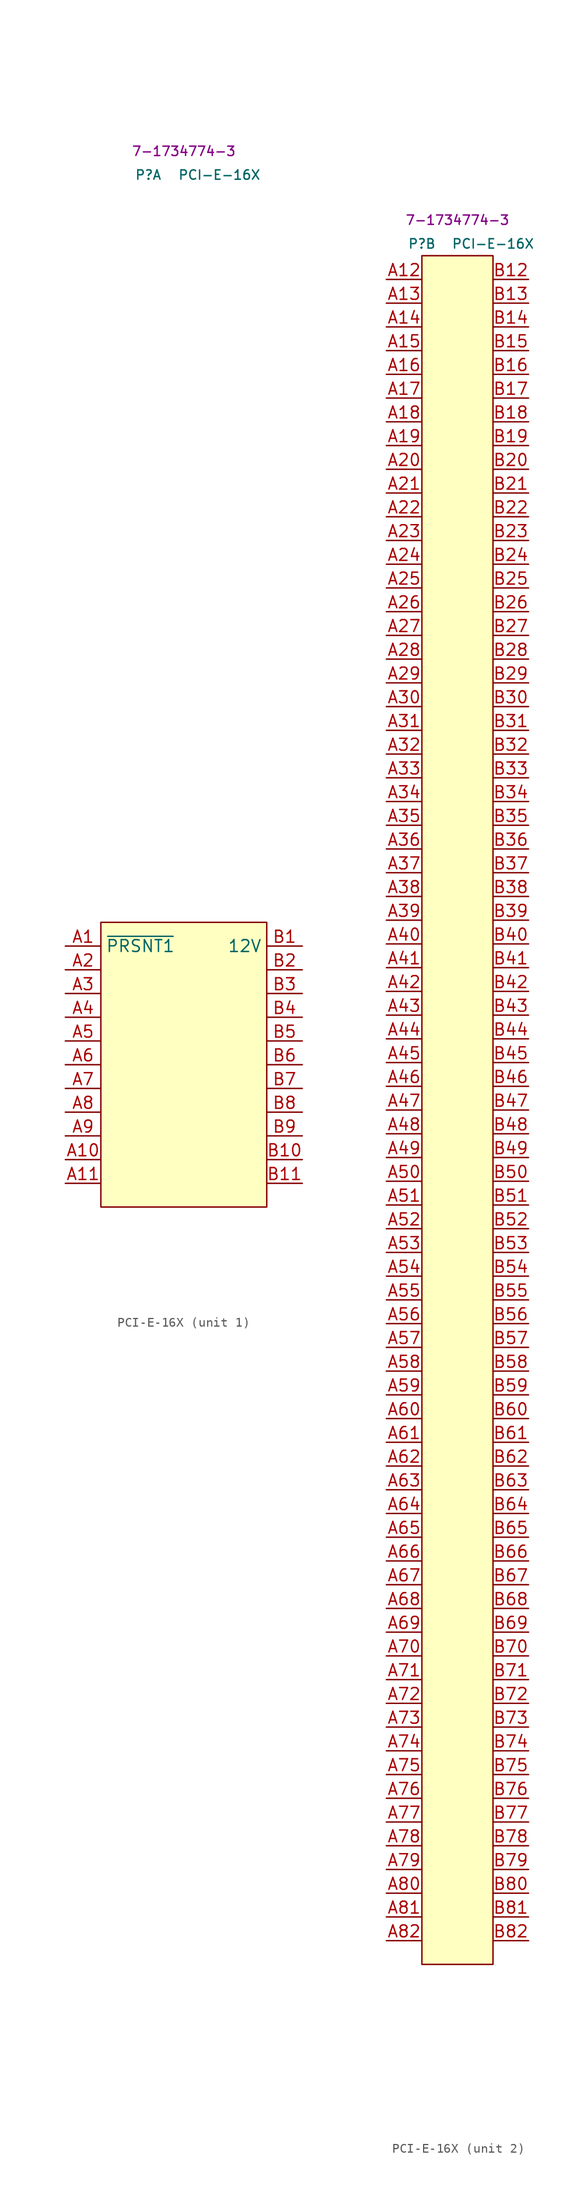
<source format=kicad_sym>
(kicad_symbol_lib
  (version 20231120)
  (generator "kicad_symbol_editor")
  (generator_version "8.0")
  (symbol "PCI-E-16X"
    (property "Reference" "P"
      (at -3.81 95.25 0)
      (effects (font (size 1 1))))
    (property "Value" "PCI-E-16X"
      (at 3.81 95.25 0)
      (effects (font (size 1 1))))
    (property "MPN" "7-1734774-3"
      (at 0 97.79 0)
      (effects (font (size 1 1))))
    (property "ki_locked" ""
      (at 0 0 0)
      (effects (font (size 1.27 1.27))))
    (symbol "PCI-E-16X_1_1"
      (rectangle (start -8.89 15.24) (end 8.89 -15.24) (stroke (width 0) (type default)) (fill (type background)))
      (pin bidirectional line (at -12.7 12.7 0) (length 3.81) (name "~{PRSNT1}" (effects (font (size 1.27 1.27)))) (number "A1" (effects (font (size 1.27 1.27)))))
      (pin bidirectional line (at -12.7 -10.16 0) (length 3.81) (name "~" (effects (font (size 1.27 1.27)))) (number "A10" (effects (font (size 1.27 1.27)))))
      (pin bidirectional line (at -12.7 -12.7 0) (length 3.81) (name "~" (effects (font (size 1.27 1.27)))) (number "A11" (effects (font (size 1.27 1.27)))))
      (pin bidirectional line (at -12.7 10.16 0) (length 3.81) (name "~" (effects (font (size 1.27 1.27)))) (number "A2" (effects (font (size 1.27 1.27)))))
      (pin bidirectional line (at -12.7 7.62 0) (length 3.81) (name "~" (effects (font (size 1.27 1.27)))) (number "A3" (effects (font (size 1.27 1.27)))))
      (pin bidirectional line (at -12.7 5.08 0) (length 3.81) (name "~" (effects (font (size 1.27 1.27)))) (number "A4" (effects (font (size 1.27 1.27)))))
      (pin bidirectional line (at -12.7 2.54 0) (length 3.81) (name "~" (effects (font (size 1.27 1.27)))) (number "A5" (effects (font (size 1.27 1.27)))))
      (pin bidirectional line (at -12.7 0 0) (length 3.81) (name "~" (effects (font (size 1.27 1.27)))) (number "A6" (effects (font (size 1.27 1.27)))))
      (pin bidirectional line (at -12.7 -2.54 0) (length 3.81) (name "~" (effects (font (size 1.27 1.27)))) (number "A7" (effects (font (size 1.27 1.27)))))
      (pin bidirectional line (at -12.7 -5.08 0) (length 3.81) (name "~" (effects (font (size 1.27 1.27)))) (number "A8" (effects (font (size 1.27 1.27)))))
      (pin bidirectional line (at -12.7 -7.62 0) (length 3.81) (name "~" (effects (font (size 1.27 1.27)))) (number "A9" (effects (font (size 1.27 1.27)))))
      (pin power_in line (at 12.7 12.7 180) (length 3.81) (name "12V" (effects (font (size 1.27 1.27)))) (number "B1" (effects (font (size 1.27 1.27)))))
      (pin bidirectional line (at 12.7 -10.16 180) (length 3.81) (name "~" (effects (font (size 1.27 1.27)))) (number "B10" (effects (font (size 1.27 1.27)))))
      (pin bidirectional line (at 12.7 -12.7 180) (length 3.81) (name "~" (effects (font (size 1.27 1.27)))) (number "B11" (effects (font (size 1.27 1.27)))))
      (pin bidirectional line (at 12.7 10.16 180) (length 3.81) (name "~" (effects (font (size 1.27 1.27)))) (number "B2" (effects (font (size 1.27 1.27)))))
      (pin bidirectional line (at 12.7 7.62 180) (length 3.81) (name "~" (effects (font (size 1.27 1.27)))) (number "B3" (effects (font (size 1.27 1.27)))))
      (pin bidirectional line (at 12.7 5.08 180) (length 3.81) (name "~" (effects (font (size 1.27 1.27)))) (number "B4" (effects (font (size 1.27 1.27)))))
      (pin bidirectional line (at 12.7 2.54 180) (length 3.81) (name "~" (effects (font (size 1.27 1.27)))) (number "B5" (effects (font (size 1.27 1.27)))))
      (pin bidirectional line (at 12.7 0 180) (length 3.81) (name "~" (effects (font (size 1.27 1.27)))) (number "B6" (effects (font (size 1.27 1.27)))))
      (pin bidirectional line (at 12.7 -2.54 180) (length 3.81) (name "~" (effects (font (size 1.27 1.27)))) (number "B7" (effects (font (size 1.27 1.27)))))
      (pin bidirectional line (at 12.7 -5.08 180) (length 3.81) (name "~" (effects (font (size 1.27 1.27)))) (number "B8" (effects (font (size 1.27 1.27)))))
      (pin bidirectional line (at 12.7 -7.62 180) (length 3.81) (name "~" (effects (font (size 1.27 1.27)))) (number "B9" (effects (font (size 1.27 1.27))))))
    (symbol "PCI-E-16X_2_1"
      (rectangle (start -3.81 93.98) (end 3.81 -88.9) (stroke (width 0) (type default)) (fill (type background)))
      (pin bidirectional line (at -7.62 91.44 0) (length 3.81) (name "~" (effects (font (size 1.27 1.27)))) (number "A12" (effects (font (size 1.27 1.27)))))
      (pin bidirectional line (at -7.62 88.9 0) (length 3.81) (name "~" (effects (font (size 1.27 1.27)))) (number "A13" (effects (font (size 1.27 1.27)))))
      (pin bidirectional line (at -7.62 86.36 0) (length 3.81) (name "~" (effects (font (size 1.27 1.27)))) (number "A14" (effects (font (size 1.27 1.27)))))
      (pin bidirectional line (at -7.62 83.82 0) (length 3.81) (name "~" (effects (font (size 1.27 1.27)))) (number "A15" (effects (font (size 1.27 1.27)))))
      (pin bidirectional line (at -7.62 81.28 0) (length 3.81) (name "~" (effects (font (size 1.27 1.27)))) (number "A16" (effects (font (size 1.27 1.27)))))
      (pin bidirectional line (at -7.62 78.74 0) (length 3.81) (name "~" (effects (font (size 1.27 1.27)))) (number "A17" (effects (font (size 1.27 1.27)))))
      (pin bidirectional line (at -7.62 76.2 0) (length 3.81) (name "~" (effects (font (size 1.27 1.27)))) (number "A18" (effects (font (size 1.27 1.27)))))
      (pin bidirectional line (at -7.62 73.66 0) (length 3.81) (name "~" (effects (font (size 1.27 1.27)))) (number "A19" (effects (font (size 1.27 1.27)))))
      (pin bidirectional line (at -7.62 71.12 0) (length 3.81) (name "~" (effects (font (size 1.27 1.27)))) (number "A20" (effects (font (size 1.27 1.27)))))
      (pin bidirectional line (at -7.62 68.58 0) (length 3.81) (name "~" (effects (font (size 1.27 1.27)))) (number "A21" (effects (font (size 1.27 1.27)))))
      (pin bidirectional line (at -7.62 66.04 0) (length 3.81) (name "~" (effects (font (size 1.27 1.27)))) (number "A22" (effects (font (size 1.27 1.27)))))
      (pin bidirectional line (at -7.62 63.5 0) (length 3.81) (name "~" (effects (font (size 1.27 1.27)))) (number "A23" (effects (font (size 1.27 1.27)))))
      (pin bidirectional line (at -7.62 60.96 0) (length 3.81) (name "~" (effects (font (size 1.27 1.27)))) (number "A24" (effects (font (size 1.27 1.27)))))
      (pin bidirectional line (at -7.62 58.42 0) (length 3.81) (name "~" (effects (font (size 1.27 1.27)))) (number "A25" (effects (font (size 1.27 1.27)))))
      (pin bidirectional line (at -7.62 55.88 0) (length 3.81) (name "~" (effects (font (size 1.27 1.27)))) (number "A26" (effects (font (size 1.27 1.27)))))
      (pin bidirectional line (at -7.62 53.34 0) (length 3.81) (name "~" (effects (font (size 1.27 1.27)))) (number "A27" (effects (font (size 1.27 1.27)))))
      (pin bidirectional line (at -7.62 50.8 0) (length 3.81) (name "~" (effects (font (size 1.27 1.27)))) (number "A28" (effects (font (size 1.27 1.27)))))
      (pin bidirectional line (at -7.62 48.26 0) (length 3.81) (name "~" (effects (font (size 1.27 1.27)))) (number "A29" (effects (font (size 1.27 1.27)))))
      (pin bidirectional line (at -7.62 45.72 0) (length 3.81) (name "~" (effects (font (size 1.27 1.27)))) (number "A30" (effects (font (size 1.27 1.27)))))
      (pin bidirectional line (at -7.62 43.18 0) (length 3.81) (name "~" (effects (font (size 1.27 1.27)))) (number "A31" (effects (font (size 1.27 1.27)))))
      (pin bidirectional line (at -7.62 40.64 0) (length 3.81) (name "~" (effects (font (size 1.27 1.27)))) (number "A32" (effects (font (size 1.27 1.27)))))
      (pin bidirectional line (at -7.62 38.1 0) (length 3.81) (name "~" (effects (font (size 1.27 1.27)))) (number "A33" (effects (font (size 1.27 1.27)))))
      (pin bidirectional line (at -7.62 35.56 0) (length 3.81) (name "~" (effects (font (size 1.27 1.27)))) (number "A34" (effects (font (size 1.27 1.27)))))
      (pin bidirectional line (at -7.62 33.02 0) (length 3.81) (name "~" (effects (font (size 1.27 1.27)))) (number "A35" (effects (font (size 1.27 1.27)))))
      (pin bidirectional line (at -7.62 30.48 0) (length 3.81) (name "~" (effects (font (size 1.27 1.27)))) (number "A36" (effects (font (size 1.27 1.27)))))
      (pin bidirectional line (at -7.62 27.94 0) (length 3.81) (name "~" (effects (font (size 1.27 1.27)))) (number "A37" (effects (font (size 1.27 1.27)))))
      (pin bidirectional line (at -7.62 25.4 0) (length 3.81) (name "~" (effects (font (size 1.27 1.27)))) (number "A38" (effects (font (size 1.27 1.27)))))
      (pin bidirectional line (at -7.62 22.86 0) (length 3.81) (name "~" (effects (font (size 1.27 1.27)))) (number "A39" (effects (font (size 1.27 1.27)))))
      (pin bidirectional line (at -7.62 20.32 0) (length 3.81) (name "~" (effects (font (size 1.27 1.27)))) (number "A40" (effects (font (size 1.27 1.27)))))
      (pin bidirectional line (at -7.62 17.78 0) (length 3.81) (name "~" (effects (font (size 1.27 1.27)))) (number "A41" (effects (font (size 1.27 1.27)))))
      (pin bidirectional line (at -7.62 15.24 0) (length 3.81) (name "~" (effects (font (size 1.27 1.27)))) (number "A42" (effects (font (size 1.27 1.27)))))
      (pin bidirectional line (at -7.62 12.7 0) (length 3.81) (name "~" (effects (font (size 1.27 1.27)))) (number "A43" (effects (font (size 1.27 1.27)))))
      (pin bidirectional line (at -7.62 10.16 0) (length 3.81) (name "~" (effects (font (size 1.27 1.27)))) (number "A44" (effects (font (size 1.27 1.27)))))
      (pin bidirectional line (at -7.62 7.62 0) (length 3.81) (name "~" (effects (font (size 1.27 1.27)))) (number "A45" (effects (font (size 1.27 1.27)))))
      (pin bidirectional line (at -7.62 5.08 0) (length 3.81) (name "~" (effects (font (size 1.27 1.27)))) (number "A46" (effects (font (size 1.27 1.27)))))
      (pin bidirectional line (at -7.62 2.54 0) (length 3.81) (name "~" (effects (font (size 1.27 1.27)))) (number "A47" (effects (font (size 1.27 1.27)))))
      (pin bidirectional line (at -7.62 0 0) (length 3.81) (name "~" (effects (font (size 1.27 1.27)))) (number "A48" (effects (font (size 1.27 1.27)))))
      (pin bidirectional line (at -7.62 -2.54 0) (length 3.81) (name "~" (effects (font (size 1.27 1.27)))) (number "A49" (effects (font (size 1.27 1.27)))))
      (pin bidirectional line (at -7.62 -5.08 0) (length 3.81) (name "~" (effects (font (size 1.27 1.27)))) (number "A50" (effects (font (size 1.27 1.27)))))
      (pin bidirectional line (at -7.62 -7.62 0) (length 3.81) (name "~" (effects (font (size 1.27 1.27)))) (number "A51" (effects (font (size 1.27 1.27)))))
      (pin bidirectional line (at -7.62 -10.16 0) (length 3.81) (name "~" (effects (font (size 1.27 1.27)))) (number "A52" (effects (font (size 1.27 1.27)))))
      (pin bidirectional line (at -7.62 -12.7 0) (length 3.81) (name "~" (effects (font (size 1.27 1.27)))) (number "A53" (effects (font (size 1.27 1.27)))))
      (pin bidirectional line (at -7.62 -15.24 0) (length 3.81) (name "~" (effects (font (size 1.27 1.27)))) (number "A54" (effects (font (size 1.27 1.27)))))
      (pin bidirectional line (at -7.62 -17.78 0) (length 3.81) (name "~" (effects (font (size 1.27 1.27)))) (number "A55" (effects (font (size 1.27 1.27)))))
      (pin bidirectional line (at -7.62 -20.32 0) (length 3.81) (name "~" (effects (font (size 1.27 1.27)))) (number "A56" (effects (font (size 1.27 1.27)))))
      (pin bidirectional line (at -7.62 -22.86 0) (length 3.81) (name "~" (effects (font (size 1.27 1.27)))) (number "A57" (effects (font (size 1.27 1.27)))))
      (pin bidirectional line (at -7.62 -25.4 0) (length 3.81) (name "~" (effects (font (size 1.27 1.27)))) (number "A58" (effects (font (size 1.27 1.27)))))
      (pin bidirectional line (at -7.62 -27.94 0) (length 3.81) (name "~" (effects (font (size 1.27 1.27)))) (number "A59" (effects (font (size 1.27 1.27)))))
      (pin bidirectional line (at -7.62 -30.48 0) (length 3.81) (name "~" (effects (font (size 1.27 1.27)))) (number "A60" (effects (font (size 1.27 1.27)))))
      (pin bidirectional line (at -7.62 -33.02 0) (length 3.81) (name "~" (effects (font (size 1.27 1.27)))) (number "A61" (effects (font (size 1.27 1.27)))))
      (pin bidirectional line (at -7.62 -35.56 0) (length 3.81) (name "~" (effects (font (size 1.27 1.27)))) (number "A62" (effects (font (size 1.27 1.27)))))
      (pin bidirectional line (at -7.62 -38.1 0) (length 3.81) (name "~" (effects (font (size 1.27 1.27)))) (number "A63" (effects (font (size 1.27 1.27)))))
      (pin bidirectional line (at -7.62 -40.64 0) (length 3.81) (name "~" (effects (font (size 1.27 1.27)))) (number "A64" (effects (font (size 1.27 1.27)))))
      (pin bidirectional line (at -7.62 -43.18 0) (length 3.81) (name "~" (effects (font (size 1.27 1.27)))) (number "A65" (effects (font (size 1.27 1.27)))))
      (pin bidirectional line (at -7.62 -45.72 0) (length 3.81) (name "~" (effects (font (size 1.27 1.27)))) (number "A66" (effects (font (size 1.27 1.27)))))
      (pin bidirectional line (at -7.62 -48.26 0) (length 3.81) (name "~" (effects (font (size 1.27 1.27)))) (number "A67" (effects (font (size 1.27 1.27)))))
      (pin bidirectional line (at -7.62 -50.8 0) (length 3.81) (name "~" (effects (font (size 1.27 1.27)))) (number "A68" (effects (font (size 1.27 1.27)))))
      (pin bidirectional line (at -7.62 -53.34 0) (length 3.81) (name "~" (effects (font (size 1.27 1.27)))) (number "A69" (effects (font (size 1.27 1.27)))))
      (pin bidirectional line (at -7.62 -55.88 0) (length 3.81) (name "~" (effects (font (size 1.27 1.27)))) (number "A70" (effects (font (size 1.27 1.27)))))
      (pin bidirectional line (at -7.62 -58.42 0) (length 3.81) (name "~" (effects (font (size 1.27 1.27)))) (number "A71" (effects (font (size 1.27 1.27)))))
      (pin bidirectional line (at -7.62 -60.96 0) (length 3.81) (name "~" (effects (font (size 1.27 1.27)))) (number "A72" (effects (font (size 1.27 1.27)))))
      (pin bidirectional line (at -7.62 -63.5 0) (length 3.81) (name "~" (effects (font (size 1.27 1.27)))) (number "A73" (effects (font (size 1.27 1.27)))))
      (pin bidirectional line (at -7.62 -66.04 0) (length 3.81) (name "~" (effects (font (size 1.27 1.27)))) (number "A74" (effects (font (size 1.27 1.27)))))
      (pin bidirectional line (at -7.62 -68.58 0) (length 3.81) (name "~" (effects (font (size 1.27 1.27)))) (number "A75" (effects (font (size 1.27 1.27)))))
      (pin bidirectional line (at -7.62 -71.12 0) (length 3.81) (name "~" (effects (font (size 1.27 1.27)))) (number "A76" (effects (font (size 1.27 1.27)))))
      (pin bidirectional line (at -7.62 -73.66 0) (length 3.81) (name "~" (effects (font (size 1.27 1.27)))) (number "A77" (effects (font (size 1.27 1.27)))))
      (pin bidirectional line (at -7.62 -76.2 0) (length 3.81) (name "~" (effects (font (size 1.27 1.27)))) (number "A78" (effects (font (size 1.27 1.27)))))
      (pin bidirectional line (at -7.62 -78.74 0) (length 3.81) (name "~" (effects (font (size 1.27 1.27)))) (number "A79" (effects (font (size 1.27 1.27)))))
      (pin bidirectional line (at -7.62 -81.28 0) (length 3.81) (name "~" (effects (font (size 1.27 1.27)))) (number "A80" (effects (font (size 1.27 1.27)))))
      (pin bidirectional line (at -7.62 -83.82 0) (length 3.81) (name "~" (effects (font (size 1.27 1.27)))) (number "A81" (effects (font (size 1.27 1.27)))))
      (pin bidirectional line (at -7.62 -86.36 0) (length 3.81) (name "~" (effects (font (size 1.27 1.27)))) (number "A82" (effects (font (size 1.27 1.27)))))
      (pin bidirectional line (at 7.62 91.44 180) (length 3.81) (name "~" (effects (font (size 1.27 1.27)))) (number "B12" (effects (font (size 1.27 1.27)))))
      (pin bidirectional line (at 7.62 88.9 180) (length 3.81) (name "~" (effects (font (size 1.27 1.27)))) (number "B13" (effects (font (size 1.27 1.27)))))
      (pin bidirectional line (at 7.62 86.36 180) (length 3.81) (name "~" (effects (font (size 1.27 1.27)))) (number "B14" (effects (font (size 1.27 1.27)))))
      (pin bidirectional line (at 7.62 83.82 180) (length 3.81) (name "~" (effects (font (size 1.27 1.27)))) (number "B15" (effects (font (size 1.27 1.27)))))
      (pin bidirectional line (at 7.62 81.28 180) (length 3.81) (name "~" (effects (font (size 1.27 1.27)))) (number "B16" (effects (font (size 1.27 1.27)))))
      (pin bidirectional line (at 7.62 78.74 180) (length 3.81) (name "~" (effects (font (size 1.27 1.27)))) (number "B17" (effects (font (size 1.27 1.27)))))
      (pin bidirectional line (at 7.62 76.2 180) (length 3.81) (name "~" (effects (font (size 1.27 1.27)))) (number "B18" (effects (font (size 1.27 1.27)))))
      (pin bidirectional line (at 7.62 73.66 180) (length 3.81) (name "~" (effects (font (size 1.27 1.27)))) (number "B19" (effects (font (size 1.27 1.27)))))
      (pin bidirectional line (at 7.62 71.12 180) (length 3.81) (name "~" (effects (font (size 1.27 1.27)))) (number "B20" (effects (font (size 1.27 1.27)))))
      (pin bidirectional line (at 7.62 68.58 180) (length 3.81) (name "~" (effects (font (size 1.27 1.27)))) (number "B21" (effects (font (size 1.27 1.27)))))
      (pin bidirectional line (at 7.62 66.04 180) (length 3.81) (name "~" (effects (font (size 1.27 1.27)))) (number "B22" (effects (font (size 1.27 1.27)))))
      (pin bidirectional line (at 7.62 63.5 180) (length 3.81) (name "~" (effects (font (size 1.27 1.27)))) (number "B23" (effects (font (size 1.27 1.27)))))
      (pin bidirectional line (at 7.62 60.96 180) (length 3.81) (name "~" (effects (font (size 1.27 1.27)))) (number "B24" (effects (font (size 1.27 1.27)))))
      (pin bidirectional line (at 7.62 58.42 180) (length 3.81) (name "~" (effects (font (size 1.27 1.27)))) (number "B25" (effects (font (size 1.27 1.27)))))
      (pin bidirectional line (at 7.62 55.88 180) (length 3.81) (name "~" (effects (font (size 1.27 1.27)))) (number "B26" (effects (font (size 1.27 1.27)))))
      (pin bidirectional line (at 7.62 53.34 180) (length 3.81) (name "~" (effects (font (size 1.27 1.27)))) (number "B27" (effects (font (size 1.27 1.27)))))
      (pin bidirectional line (at 7.62 50.8 180) (length 3.81) (name "~" (effects (font (size 1.27 1.27)))) (number "B28" (effects (font (size 1.27 1.27)))))
      (pin bidirectional line (at 7.62 48.26 180) (length 3.81) (name "~" (effects (font (size 1.27 1.27)))) (number "B29" (effects (font (size 1.27 1.27)))))
      (pin bidirectional line (at 7.62 45.72 180) (length 3.81) (name "~" (effects (font (size 1.27 1.27)))) (number "B30" (effects (font (size 1.27 1.27)))))
      (pin bidirectional line (at 7.62 43.18 180) (length 3.81) (name "~" (effects (font (size 1.27 1.27)))) (number "B31" (effects (font (size 1.27 1.27)))))
      (pin bidirectional line (at 7.62 40.64 180) (length 3.81) (name "~" (effects (font (size 1.27 1.27)))) (number "B32" (effects (font (size 1.27 1.27)))))
      (pin bidirectional line (at 7.62 38.1 180) (length 3.81) (name "~" (effects (font (size 1.27 1.27)))) (number "B33" (effects (font (size 1.27 1.27)))))
      (pin bidirectional line (at 7.62 35.56 180) (length 3.81) (name "~" (effects (font (size 1.27 1.27)))) (number "B34" (effects (font (size 1.27 1.27)))))
      (pin bidirectional line (at 7.62 33.02 180) (length 3.81) (name "~" (effects (font (size 1.27 1.27)))) (number "B35" (effects (font (size 1.27 1.27)))))
      (pin bidirectional line (at 7.62 30.48 180) (length 3.81) (name "~" (effects (font (size 1.27 1.27)))) (number "B36" (effects (font (size 1.27 1.27)))))
      (pin bidirectional line (at 7.62 27.94 180) (length 3.81) (name "~" (effects (font (size 1.27 1.27)))) (number "B37" (effects (font (size 1.27 1.27)))))
      (pin bidirectional line (at 7.62 25.4 180) (length 3.81) (name "~" (effects (font (size 1.27 1.27)))) (number "B38" (effects (font (size 1.27 1.27)))))
      (pin bidirectional line (at 7.62 22.86 180) (length 3.81) (name "~" (effects (font (size 1.27 1.27)))) (number "B39" (effects (font (size 1.27 1.27)))))
      (pin bidirectional line (at 7.62 20.32 180) (length 3.81) (name "~" (effects (font (size 1.27 1.27)))) (number "B40" (effects (font (size 1.27 1.27)))))
      (pin bidirectional line (at 7.62 17.78 180) (length 3.81) (name "~" (effects (font (size 1.27 1.27)))) (number "B41" (effects (font (size 1.27 1.27)))))
      (pin bidirectional line (at 7.62 15.24 180) (length 3.81) (name "~" (effects (font (size 1.27 1.27)))) (number "B42" (effects (font (size 1.27 1.27)))))
      (pin bidirectional line (at 7.62 12.7 180) (length 3.81) (name "~" (effects (font (size 1.27 1.27)))) (number "B43" (effects (font (size 1.27 1.27)))))
      (pin bidirectional line (at 7.62 10.16 180) (length 3.81) (name "~" (effects (font (size 1.27 1.27)))) (number "B44" (effects (font (size 1.27 1.27)))))
      (pin bidirectional line (at 7.62 7.62 180) (length 3.81) (name "~" (effects (font (size 1.27 1.27)))) (number "B45" (effects (font (size 1.27 1.27)))))
      (pin bidirectional line (at 7.62 5.08 180) (length 3.81) (name "~" (effects (font (size 1.27 1.27)))) (number "B46" (effects (font (size 1.27 1.27)))))
      (pin bidirectional line (at 7.62 2.54 180) (length 3.81) (name "~" (effects (font (size 1.27 1.27)))) (number "B47" (effects (font (size 1.27 1.27)))))
      (pin bidirectional line (at 7.62 0 180) (length 3.81) (name "~" (effects (font (size 1.27 1.27)))) (number "B48" (effects (font (size 1.27 1.27)))))
      (pin bidirectional line (at 7.62 -2.54 180) (length 3.81) (name "~" (effects (font (size 1.27 1.27)))) (number "B49" (effects (font (size 1.27 1.27)))))
      (pin bidirectional line (at 7.62 -5.08 180) (length 3.81) (name "~" (effects (font (size 1.27 1.27)))) (number "B50" (effects (font (size 1.27 1.27)))))
      (pin bidirectional line (at 7.62 -7.62 180) (length 3.81) (name "~" (effects (font (size 1.27 1.27)))) (number "B51" (effects (font (size 1.27 1.27)))))
      (pin bidirectional line (at 7.62 -10.16 180) (length 3.81) (name "~" (effects (font (size 1.27 1.27)))) (number "B52" (effects (font (size 1.27 1.27)))))
      (pin bidirectional line (at 7.62 -12.7 180) (length 3.81) (name "~" (effects (font (size 1.27 1.27)))) (number "B53" (effects (font (size 1.27 1.27)))))
      (pin bidirectional line (at 7.62 -15.24 180) (length 3.81) (name "~" (effects (font (size 1.27 1.27)))) (number "B54" (effects (font (size 1.27 1.27)))))
      (pin bidirectional line (at 7.62 -17.78 180) (length 3.81) (name "~" (effects (font (size 1.27 1.27)))) (number "B55" (effects (font (size 1.27 1.27)))))
      (pin bidirectional line (at 7.62 -20.32 180) (length 3.81) (name "~" (effects (font (size 1.27 1.27)))) (number "B56" (effects (font (size 1.27 1.27)))))
      (pin bidirectional line (at 7.62 -22.86 180) (length 3.81) (name "~" (effects (font (size 1.27 1.27)))) (number "B57" (effects (font (size 1.27 1.27)))))
      (pin bidirectional line (at 7.62 -25.4 180) (length 3.81) (name "~" (effects (font (size 1.27 1.27)))) (number "B58" (effects (font (size 1.27 1.27)))))
      (pin bidirectional line (at 7.62 -27.94 180) (length 3.81) (name "~" (effects (font (size 1.27 1.27)))) (number "B59" (effects (font (size 1.27 1.27)))))
      (pin bidirectional line (at 7.62 -30.48 180) (length 3.81) (name "~" (effects (font (size 1.27 1.27)))) (number "B60" (effects (font (size 1.27 1.27)))))
      (pin bidirectional line (at 7.62 -33.02 180) (length 3.81) (name "~" (effects (font (size 1.27 1.27)))) (number "B61" (effects (font (size 1.27 1.27)))))
      (pin bidirectional line (at 7.62 -35.56 180) (length 3.81) (name "~" (effects (font (size 1.27 1.27)))) (number "B62" (effects (font (size 1.27 1.27)))))
      (pin bidirectional line (at 7.62 -38.1 180) (length 3.81) (name "~" (effects (font (size 1.27 1.27)))) (number "B63" (effects (font (size 1.27 1.27)))))
      (pin bidirectional line (at 7.62 -40.64 180) (length 3.81) (name "~" (effects (font (size 1.27 1.27)))) (number "B64" (effects (font (size 1.27 1.27)))))
      (pin bidirectional line (at 7.62 -43.18 180) (length 3.81) (name "~" (effects (font (size 1.27 1.27)))) (number "B65" (effects (font (size 1.27 1.27)))))
      (pin bidirectional line (at 7.62 -45.72 180) (length 3.81) (name "~" (effects (font (size 1.27 1.27)))) (number "B66" (effects (font (size 1.27 1.27)))))
      (pin bidirectional line (at 7.62 -48.26 180) (length 3.81) (name "~" (effects (font (size 1.27 1.27)))) (number "B67" (effects (font (size 1.27 1.27)))))
      (pin bidirectional line (at 7.62 -50.8 180) (length 3.81) (name "~" (effects (font (size 1.27 1.27)))) (number "B68" (effects (font (size 1.27 1.27)))))
      (pin bidirectional line (at 7.62 -53.34 180) (length 3.81) (name "~" (effects (font (size 1.27 1.27)))) (number "B69" (effects (font (size 1.27 1.27)))))
      (pin bidirectional line (at 7.62 -55.88 180) (length 3.81) (name "~" (effects (font (size 1.27 1.27)))) (number "B70" (effects (font (size 1.27 1.27)))))
      (pin bidirectional line (at 7.62 -58.42 180) (length 3.81) (name "~" (effects (font (size 1.27 1.27)))) (number "B71" (effects (font (size 1.27 1.27)))))
      (pin bidirectional line (at 7.62 -60.96 180) (length 3.81) (name "~" (effects (font (size 1.27 1.27)))) (number "B72" (effects (font (size 1.27 1.27)))))
      (pin bidirectional line (at 7.62 -63.5 180) (length 3.81) (name "~" (effects (font (size 1.27 1.27)))) (number "B73" (effects (font (size 1.27 1.27)))))
      (pin bidirectional line (at 7.62 -66.04 180) (length 3.81) (name "~" (effects (font (size 1.27 1.27)))) (number "B74" (effects (font (size 1.27 1.27)))))
      (pin bidirectional line (at 7.62 -68.58 180) (length 3.81) (name "~" (effects (font (size 1.27 1.27)))) (number "B75" (effects (font (size 1.27 1.27)))))
      (pin bidirectional line (at 7.62 -71.12 180) (length 3.81) (name "~" (effects (font (size 1.27 1.27)))) (number "B76" (effects (font (size 1.27 1.27)))))
      (pin bidirectional line (at 7.62 -73.66 180) (length 3.81) (name "~" (effects (font (size 1.27 1.27)))) (number "B77" (effects (font (size 1.27 1.27)))))
      (pin bidirectional line (at 7.62 -76.2 180) (length 3.81) (name "~" (effects (font (size 1.27 1.27)))) (number "B78" (effects (font (size 1.27 1.27)))))
      (pin bidirectional line (at 7.62 -78.74 180) (length 3.81) (name "~" (effects (font (size 1.27 1.27)))) (number "B79" (effects (font (size 1.27 1.27)))))
      (pin bidirectional line (at 7.62 -81.28 180) (length 3.81) (name "~" (effects (font (size 1.27 1.27)))) (number "B80" (effects (font (size 1.27 1.27)))))
      (pin bidirectional line (at 7.62 -83.82 180) (length 3.81) (name "~" (effects (font (size 1.27 1.27)))) (number "B81" (effects (font (size 1.27 1.27)))))
      (pin bidirectional line (at 7.62 -86.36 180) (length 3.81) (name "~" (effects (font (size 1.27 1.27)))) (number "B82" (effects (font (size 1.27 1.27))))))))
</source>
